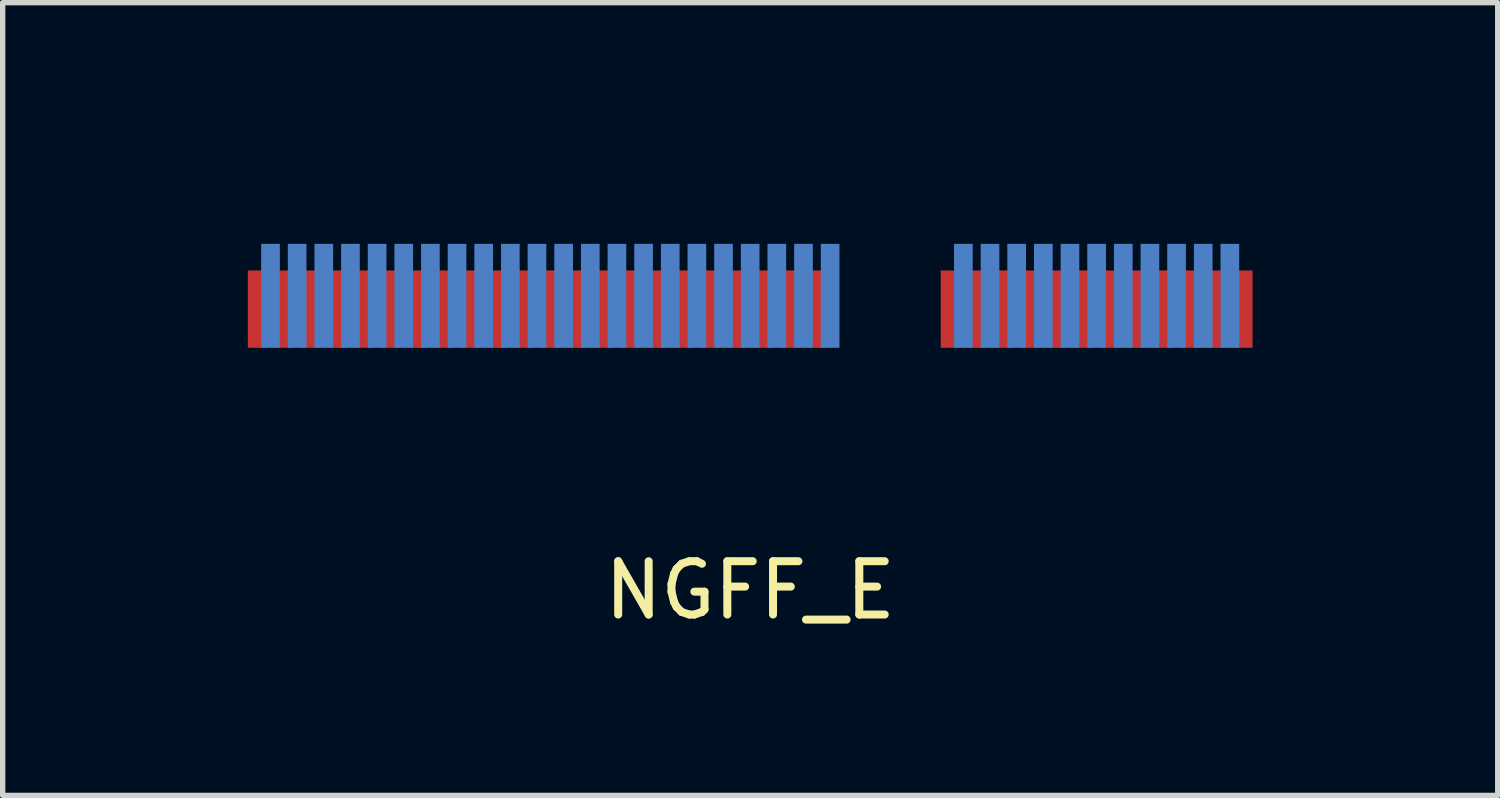
<source format=kicad_pcb>
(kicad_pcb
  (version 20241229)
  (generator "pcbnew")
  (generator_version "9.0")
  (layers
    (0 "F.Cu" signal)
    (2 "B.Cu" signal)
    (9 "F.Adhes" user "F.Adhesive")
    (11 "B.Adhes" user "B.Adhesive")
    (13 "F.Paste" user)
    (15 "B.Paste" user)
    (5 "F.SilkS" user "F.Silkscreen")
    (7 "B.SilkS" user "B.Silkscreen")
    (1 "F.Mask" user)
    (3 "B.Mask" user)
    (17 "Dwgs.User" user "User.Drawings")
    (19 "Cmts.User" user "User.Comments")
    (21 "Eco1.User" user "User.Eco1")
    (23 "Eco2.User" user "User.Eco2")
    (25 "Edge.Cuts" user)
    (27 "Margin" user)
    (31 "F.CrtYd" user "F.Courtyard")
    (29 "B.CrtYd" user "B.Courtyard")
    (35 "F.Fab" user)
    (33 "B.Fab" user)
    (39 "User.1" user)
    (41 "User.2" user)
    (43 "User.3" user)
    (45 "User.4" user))
  (footprint "NGFF_E"
    (layer "F.Cu")
    (at 11.025 4.025)
    (property "Reference" "NGFF_E" (at 0 4 0) (layer "F.SilkS") (effects (font (size 1 1) (thickness 0.15))))
    (attr through_hole)
    (fp_poly (pts (xy -9.925 0) (xy 2.025 0) (xy 2.025 -2) (xy -9.925 -2)) (stroke (width 0.1) (type solid)) (fill yes) (layer "F.Mask"))
    (fp_poly (pts (xy 3.225 0) (xy 9.925 0) (xy 9.925 -2) (xy 3.225 -2)) (stroke (width 0.1) (type solid)) (fill yes) (layer "F.Mask"))
    (fp_poly (pts (xy -9.925 0) (xy 2.025 0) (xy 2.025 -2.5) (xy -9.925 -2.5)) (stroke (width 0.1) (type solid)) (fill yes) (layer "B.Mask"))
    (fp_poly (pts (xy 3.225 0) (xy 9.925 0) (xy 9.925 -2.5) (xy 3.225 -2.5)) (stroke (width 0.1) (type solid)) (fill yes) (layer "B.Mask"))
    (fp_line (start -11 -4) (end -10.425 -4) (stroke (width 0.05) (type solid)) (layer "Eco1.User"))
    (fp_line (start -9.925 -3.5) (end -9.925 0) (stroke (width 0.05) (type solid)) (layer "Eco1.User"))
    (fp_line (start -9.925 0) (end 0 0) (stroke (width 0.05) (type solid)) (layer "Eco1.User"))
    (fp_line (start 0 0) (end 2.025 0) (stroke (width 0.05) (type solid)) (layer "Eco1.User"))
    (fp_line (start 2.025 0) (end 2.025 -2.9) (stroke (width 0.05) (type solid)) (layer "Eco1.User"))
    (fp_line (start 3.225 -2.9) (end 3.225 0) (stroke (width 0.05) (type solid)) (layer "Eco1.User"))
    (fp_line (start 3.225 0) (end 9.925 0) (stroke (width 0.05) (type solid)) (layer "Eco1.User"))
    (fp_line (start 9.925 0) (end 9.925 -3.5) (stroke (width 0.05) (type solid)) (layer "Eco1.User"))
    (fp_line (start 10.425 -4) (end 11 -4) (stroke (width 0.05) (type solid)) (layer "Eco1.User"))
    (fp_arc (start -10.425 -4) (mid -10.071447 -3.853553) (end -9.925 -3.5) (stroke (width 0.05) (type solid)) (layer "Eco1.User"))
    (fp_arc (start 2.025 -2.9) (mid 2.625 -3.5) (end 3.225 -2.9) (stroke (width 0.05) (type solid)) (layer "Eco1.User"))
    (fp_arc (start 9.925 -3.5) (mid 10.071447 -3.853553) (end 10.425 -4) (stroke (width 0.05) (type solid)) (layer "Eco1.User"))
    (pad "1" smd rect (at 9.25 -1.275) (size 0.35 1.45) (layers "F.Cu"))
    (pad "2" smd rect (at 9 -1.525) (size 0.35 1.95) (layers "B.Cu"))
    (pad "3" smd rect (at 8.75 -1.275) (size 0.35 1.45) (layers "F.Cu"))
    (pad "4" smd rect (at 8.5 -1.525) (size 0.35 1.95) (layers "B.Cu"))
    (pad "5" smd rect (at 8.25 -1.275) (size 0.35 1.45) (layers "F.Cu"))
    (pad "6" smd rect (at 8 -1.525) (size 0.35 1.95) (layers "B.Cu"))
    (pad "7" smd rect (at 7.75 -1.275) (size 0.35 1.45) (layers "F.Cu"))
    (pad "8" smd rect (at 7.5 -1.525) (size 0.35 1.95) (layers "B.Cu"))
    (pad "9" smd rect (at 7.25 -1.275) (size 0.35 1.45) (layers "F.Cu"))
    (pad "10" smd rect (at 7 -1.525) (size 0.35 1.95) (layers "B.Cu"))
    (pad "11" smd rect (at 6.75 -1.275) (size 0.35 1.45) (layers "F.Cu"))
    (pad "12" smd rect (at 6.5 -1.525) (size 0.35 1.95) (layers "B.Cu"))
    (pad "13" smd rect (at 6.25 -1.275) (size 0.35 1.45) (layers "F.Cu"))
    (pad "14" smd rect (at 6 -1.525) (size 0.35 1.95) (layers "B.Cu"))
    (pad "15" smd rect (at 5.75 -1.275) (size 0.35 1.45) (layers "F.Cu"))
    (pad "16" smd rect (at 5.5 -1.525) (size 0.35 1.95) (layers "B.Cu"))
    (pad "17" smd rect (at 5.25 -1.275) (size 0.35 1.45) (layers "F.Cu"))
    (pad "18" smd rect (at 5 -1.525) (size 0.35 1.95) (layers "B.Cu"))
    (pad "19" smd rect (at 4.75 -1.275) (size 0.35 1.45) (layers "F.Cu"))
    (pad "20" smd rect (at 4.5 -1.525) (size 0.35 1.95) (layers "B.Cu"))
    (pad "21" smd rect (at 4.25 -1.275) (size 0.35 1.45) (layers "F.Cu"))
    (pad "22" smd rect (at 4 -1.525) (size 0.35 1.95) (layers "B.Cu"))
    (pad "23" smd rect (at 3.75 -1.275) (size 0.35 1.45) (layers "F.Cu"))
    (pad "32" smd rect (at 1.5 -1.525) (size 0.35 1.95) (layers "B.Cu"))
    (pad "33" smd rect (at 1.25 -1.275) (size 0.35 1.45) (layers "F.Cu"))
    (pad "34" smd rect (at 1 -1.525) (size 0.35 1.95) (layers "B.Cu"))
    (pad "35" smd rect (at 0.75 -1.275) (size 0.35 1.45) (layers "F.Cu"))
    (pad "36" smd rect (at 0.5 -1.525) (size 0.35 1.95) (layers "B.Cu"))
    (pad "37" smd rect (at 0.25 -1.275) (size 0.35 1.45) (layers "F.Cu"))
    (pad "38" smd rect (at 0 -1.525) (size 0.35 1.95) (layers "B.Cu"))
    (pad "39" smd rect (at -0.25 -1.275) (size 0.35 1.45) (layers "F.Cu"))
    (pad "40" smd rect (at -0.5 -1.525) (size 0.35 1.95) (layers "B.Cu"))
    (pad "41" smd rect (at -0.75 -1.275) (size 0.35 1.45) (layers "F.Cu"))
    (pad "42" smd rect (at -1 -1.525) (size 0.35 1.95) (layers "B.Cu"))
    (pad "43" smd rect (at -1.25 -1.275) (size 0.35 1.45) (layers "F.Cu"))
    (pad "44" smd rect (at -1.5 -1.525) (size 0.35 1.95) (layers "B.Cu"))
    (pad "45" smd rect (at -1.75 -1.275) (size 0.35 1.45) (layers "F.Cu"))
    (pad "46" smd rect (at -2 -1.525) (size 0.35 1.95) (layers "B.Cu"))
    (pad "47" smd rect (at -2.25 -1.275) (size 0.35 1.45) (layers "F.Cu"))
    (pad "48" smd rect (at -2.5 -1.525) (size 0.35 1.95) (layers "B.Cu"))
    (pad "49" smd rect (at -2.75 -1.275) (size 0.35 1.45) (layers "F.Cu"))
    (pad "50" smd rect (at -3 -1.525) (size 0.35 1.95) (layers "B.Cu"))
    (pad "51" smd rect (at -3.25 -1.275) (size 0.35 1.45) (layers "F.Cu"))
    (pad "52" smd rect (at -3.5 -1.525) (size 0.35 1.95) (layers "B.Cu"))
    (pad "53" smd rect (at -3.75 -1.275) (size 0.35 1.45) (layers "F.Cu"))
    (pad "54" smd rect (at -4 -1.525) (size 0.35 1.95) (layers "B.Cu"))
    (pad "55" smd rect (at -4.25 -1.275) (size 0.35 1.45) (layers "F.Cu"))
    (pad "56" smd rect (at -4.5 -1.525) (size 0.35 1.95) (layers "B.Cu"))
    (pad "57" smd rect (at -4.75 -1.275) (size 0.35 1.45) (layers "F.Cu"))
    (pad "58" smd rect (at -5 -1.525) (size 0.35 1.95) (layers "B.Cu"))
    (pad "59" smd rect (at -5.25 -1.275) (size 0.35 1.45) (layers "F.Cu"))
    (pad "60" smd rect (at -5.5 -1.525) (size 0.35 1.95) (layers "B.Cu"))
    (pad "61" smd rect (at -5.75 -1.275) (size 0.35 1.45) (layers "F.Cu"))
    (pad "62" smd rect (at -6 -1.525) (size 0.35 1.95) (layers "B.Cu"))
    (pad "63" smd rect (at -6.25 -1.275) (size 0.35 1.45) (layers "F.Cu"))
    (pad "64" smd rect (at -6.5 -1.525) (size 0.35 1.95) (layers "B.Cu"))
    (pad "65" smd rect (at -6.75 -1.275) (size 0.35 1.45) (layers "F.Cu"))
    (pad "66" smd rect (at -7 -1.525) (size 0.35 1.95) (layers "B.Cu"))
    (pad "67" smd rect (at -7.25 -1.275) (size 0.35 1.45) (layers "F.Cu"))
    (pad "68" smd rect (at -7.5 -1.525) (size 0.35 1.95) (layers "B.Cu"))
    (pad "69" smd rect (at -7.75 -1.275) (size 0.35 1.45) (layers "F.Cu"))
    (pad "70" smd rect (at -8 -1.525) (size 0.35 1.95) (layers "B.Cu"))
    (pad "71" smd rect (at -8.25 -1.275) (size 0.35 1.45) (layers "F.Cu"))
    (pad "72" smd rect (at -8.5 -1.525) (size 0.35 1.95) (layers "B.Cu"))
    (pad "73" smd rect (at -8.75 -1.275) (size 0.35 1.45) (layers "F.Cu"))
    (pad "74" smd rect (at -9 -1.525) (size 0.35 1.95) (layers "B.Cu"))
    (pad "75" smd rect (at -9.25 -1.275) (size 0.35 1.45) (layers "F.Cu")))
  (gr_rect
    (start -3 -3)
    (end 25.05 11.873)
    (stroke (width 0.1) (type default))
    (fill no)
    (layer "Edge.Cuts")))
</source>
